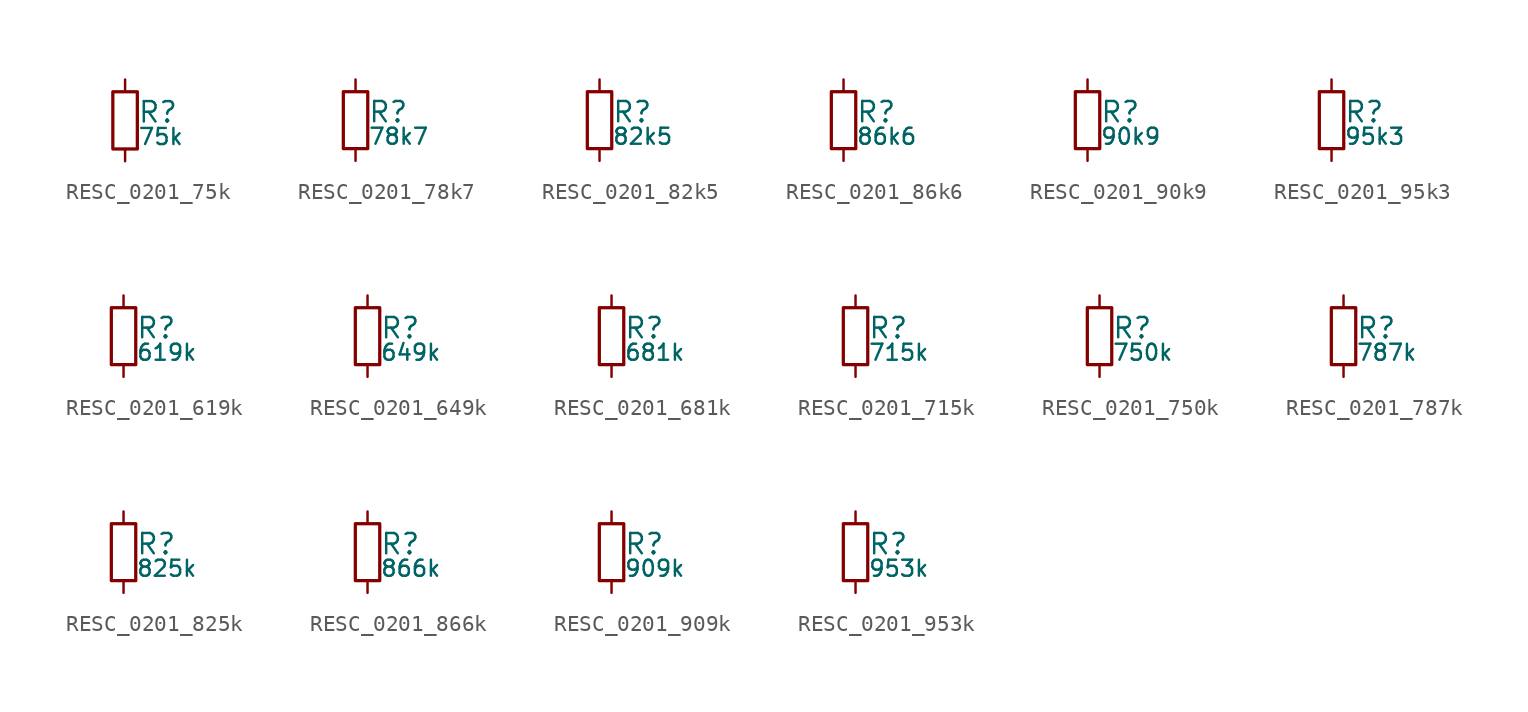
<source format=kicad_sym>
(kicad_symbol_lib
  (version 20211014)
  (generator kicad_LibGenerator)
  (symbol "RESC_0201_75k"
    (pin_numbers hide)
    (pin_names
      (offset 0.254) hide)
    (property "Reference" "R"
      (at 0.762 0.508 0)
      (effects (font (size 1.27 1.27)) (justify left)))
    (property "Value" "75k"
      (at 0.762 -1.016 0)
      (effects (font (size 1.00 1.00)) (justify left)))
    (symbol "RESC_0201_75k_0_1"
      (rectangle (start -0.762 1.778) (end 0.762 -1.778) (stroke (width 0.203) (type default) (color 0 0 0 0)) (fill (type none))))
    (symbol "RESC_0201_75k_1_1"
      (pin passive line (at 0 2.54 270) (length 0.762) (name "~" (effects (font (size 1.27 1.27)))) (number "1" (effects (font (size 1.27 1.27)))))
      (pin passive line (at 0 -2.54 90) (length 0.762) (name "~" (effects (font (size 1.27 1.27)))) (number "2" (effects (font (size 1.27 1.27)))))))
  (symbol "RESC_0201_78k7"
    (pin_numbers hide)
    (pin_names
      (offset 0.254) hide)
    (property "Reference" "R"
      (at 0.762 0.508 0)
      (effects (font (size 1.27 1.27)) (justify left)))
    (property "Value" "78k7"
      (at 0.762 -1.016 0)
      (effects (font (size 1.00 1.00)) (justify left)))
    (symbol "RESC_0201_78k7_0_1"
      (rectangle (start -0.762 1.778) (end 0.762 -1.778) (stroke (width 0.203) (type default) (color 0 0 0 0)) (fill (type none))))
    (symbol "RESC_0201_78k7_1_1"
      (pin passive line (at 0 2.54 270) (length 0.762) (name "~" (effects (font (size 1.27 1.27)))) (number "1" (effects (font (size 1.27 1.27)))))
      (pin passive line (at 0 -2.54 90) (length 0.762) (name "~" (effects (font (size 1.27 1.27)))) (number "2" (effects (font (size 1.27 1.27)))))))
  (symbol "RESC_0201_82k5"
    (pin_numbers hide)
    (pin_names
      (offset 0.254) hide)
    (property "Reference" "R"
      (at 0.762 0.508 0)
      (effects (font (size 1.27 1.27)) (justify left)))
    (property "Value" "82k5"
      (at 0.762 -1.016 0)
      (effects (font (size 1.00 1.00)) (justify left)))
    (symbol "RESC_0201_82k5_0_1"
      (rectangle (start -0.762 1.778) (end 0.762 -1.778) (stroke (width 0.203) (type default) (color 0 0 0 0)) (fill (type none))))
    (symbol "RESC_0201_82k5_1_1"
      (pin passive line (at 0 2.54 270) (length 0.762) (name "~" (effects (font (size 1.27 1.27)))) (number "1" (effects (font (size 1.27 1.27)))))
      (pin passive line (at 0 -2.54 90) (length 0.762) (name "~" (effects (font (size 1.27 1.27)))) (number "2" (effects (font (size 1.27 1.27)))))))
  (symbol "RESC_0201_86k6"
    (pin_numbers hide)
    (pin_names
      (offset 0.254) hide)
    (property "Reference" "R"
      (at 0.762 0.508 0)
      (effects (font (size 1.27 1.27)) (justify left)))
    (property "Value" "86k6"
      (at 0.762 -1.016 0)
      (effects (font (size 1.00 1.00)) (justify left)))
    (symbol "RESC_0201_86k6_0_1"
      (rectangle (start -0.762 1.778) (end 0.762 -1.778) (stroke (width 0.203) (type default) (color 0 0 0 0)) (fill (type none))))
    (symbol "RESC_0201_86k6_1_1"
      (pin passive line (at 0 2.54 270) (length 0.762) (name "~" (effects (font (size 1.27 1.27)))) (number "1" (effects (font (size 1.27 1.27)))))
      (pin passive line (at 0 -2.54 90) (length 0.762) (name "~" (effects (font (size 1.27 1.27)))) (number "2" (effects (font (size 1.27 1.27)))))))
  (symbol "RESC_0201_90k9"
    (pin_numbers hide)
    (pin_names
      (offset 0.254) hide)
    (property "Reference" "R"
      (at 0.762 0.508 0)
      (effects (font (size 1.27 1.27)) (justify left)))
    (property "Value" "90k9"
      (at 0.762 -1.016 0)
      (effects (font (size 1.00 1.00)) (justify left)))
    (symbol "RESC_0201_90k9_0_1"
      (rectangle (start -0.762 1.778) (end 0.762 -1.778) (stroke (width 0.203) (type default) (color 0 0 0 0)) (fill (type none))))
    (symbol "RESC_0201_90k9_1_1"
      (pin passive line (at 0 2.54 270) (length 0.762) (name "~" (effects (font (size 1.27 1.27)))) (number "1" (effects (font (size 1.27 1.27)))))
      (pin passive line (at 0 -2.54 90) (length 0.762) (name "~" (effects (font (size 1.27 1.27)))) (number "2" (effects (font (size 1.27 1.27)))))))
  (symbol "RESC_0201_95k3"
    (pin_numbers hide)
    (pin_names
      (offset 0.254) hide)
    (property "Reference" "R"
      (at 0.762 0.508 0)
      (effects (font (size 1.27 1.27)) (justify left)))
    (property "Value" "95k3"
      (at 0.762 -1.016 0)
      (effects (font (size 1.00 1.00)) (justify left)))
    (symbol "RESC_0201_95k3_0_1"
      (rectangle (start -0.762 1.778) (end 0.762 -1.778) (stroke (width 0.203) (type default) (color 0 0 0 0)) (fill (type none))))
    (symbol "RESC_0201_95k3_1_1"
      (pin passive line (at 0 2.54 270) (length 0.762) (name "~" (effects (font (size 1.27 1.27)))) (number "1" (effects (font (size 1.27 1.27)))))
      (pin passive line (at 0 -2.54 90) (length 0.762) (name "~" (effects (font (size 1.27 1.27)))) (number "2" (effects (font (size 1.27 1.27)))))))
  (symbol "RESC_0201_619k"
    (pin_numbers hide)
    (pin_names
      (offset 0.254) hide)
    (property "Reference" "R"
      (at 0.762 0.508 0)
      (effects (font (size 1.27 1.27)) (justify left)))
    (property "Value" "619k"
      (at 0.762 -1.016 0)
      (effects (font (size 1.00 1.00)) (justify left)))
    (symbol "RESC_0201_619k_0_1"
      (rectangle (start -0.762 1.778) (end 0.762 -1.778) (stroke (width 0.203) (type default) (color 0 0 0 0)) (fill (type none))))
    (symbol "RESC_0201_619k_1_1"
      (pin passive line (at 0 2.54 270) (length 0.762) (name "~" (effects (font (size 1.27 1.27)))) (number "1" (effects (font (size 1.27 1.27)))))
      (pin passive line (at 0 -2.54 90) (length 0.762) (name "~" (effects (font (size 1.27 1.27)))) (number "2" (effects (font (size 1.27 1.27)))))))
  (symbol "RESC_0201_649k"
    (pin_numbers hide)
    (pin_names
      (offset 0.254) hide)
    (property "Reference" "R"
      (at 0.762 0.508 0)
      (effects (font (size 1.27 1.27)) (justify left)))
    (property "Value" "649k"
      (at 0.762 -1.016 0)
      (effects (font (size 1.00 1.00)) (justify left)))
    (symbol "RESC_0201_649k_0_1"
      (rectangle (start -0.762 1.778) (end 0.762 -1.778) (stroke (width 0.203) (type default) (color 0 0 0 0)) (fill (type none))))
    (symbol "RESC_0201_649k_1_1"
      (pin passive line (at 0 2.54 270) (length 0.762) (name "~" (effects (font (size 1.27 1.27)))) (number "1" (effects (font (size 1.27 1.27)))))
      (pin passive line (at 0 -2.54 90) (length 0.762) (name "~" (effects (font (size 1.27 1.27)))) (number "2" (effects (font (size 1.27 1.27)))))))
  (symbol "RESC_0201_681k"
    (pin_numbers hide)
    (pin_names
      (offset 0.254) hide)
    (property "Reference" "R"
      (at 0.762 0.508 0)
      (effects (font (size 1.27 1.27)) (justify left)))
    (property "Value" "681k"
      (at 0.762 -1.016 0)
      (effects (font (size 1.00 1.00)) (justify left)))
    (symbol "RESC_0201_681k_0_1"
      (rectangle (start -0.762 1.778) (end 0.762 -1.778) (stroke (width 0.203) (type default) (color 0 0 0 0)) (fill (type none))))
    (symbol "RESC_0201_681k_1_1"
      (pin passive line (at 0 2.54 270) (length 0.762) (name "~" (effects (font (size 1.27 1.27)))) (number "1" (effects (font (size 1.27 1.27)))))
      (pin passive line (at 0 -2.54 90) (length 0.762) (name "~" (effects (font (size 1.27 1.27)))) (number "2" (effects (font (size 1.27 1.27)))))))
  (symbol "RESC_0201_715k"
    (pin_numbers hide)
    (pin_names
      (offset 0.254) hide)
    (property "Reference" "R"
      (at 0.762 0.508 0)
      (effects (font (size 1.27 1.27)) (justify left)))
    (property "Value" "715k"
      (at 0.762 -1.016 0)
      (effects (font (size 1.00 1.00)) (justify left)))
    (symbol "RESC_0201_715k_0_1"
      (rectangle (start -0.762 1.778) (end 0.762 -1.778) (stroke (width 0.203) (type default) (color 0 0 0 0)) (fill (type none))))
    (symbol "RESC_0201_715k_1_1"
      (pin passive line (at 0 2.54 270) (length 0.762) (name "~" (effects (font (size 1.27 1.27)))) (number "1" (effects (font (size 1.27 1.27)))))
      (pin passive line (at 0 -2.54 90) (length 0.762) (name "~" (effects (font (size 1.27 1.27)))) (number "2" (effects (font (size 1.27 1.27)))))))
  (symbol "RESC_0201_750k"
    (pin_numbers hide)
    (pin_names
      (offset 0.254) hide)
    (property "Reference" "R"
      (at 0.762 0.508 0)
      (effects (font (size 1.27 1.27)) (justify left)))
    (property "Value" "750k"
      (at 0.762 -1.016 0)
      (effects (font (size 1.00 1.00)) (justify left)))
    (symbol "RESC_0201_750k_0_1"
      (rectangle (start -0.762 1.778) (end 0.762 -1.778) (stroke (width 0.203) (type default) (color 0 0 0 0)) (fill (type none))))
    (symbol "RESC_0201_750k_1_1"
      (pin passive line (at 0 2.54 270) (length 0.762) (name "~" (effects (font (size 1.27 1.27)))) (number "1" (effects (font (size 1.27 1.27)))))
      (pin passive line (at 0 -2.54 90) (length 0.762) (name "~" (effects (font (size 1.27 1.27)))) (number "2" (effects (font (size 1.27 1.27)))))))
  (symbol "RESC_0201_787k"
    (pin_numbers hide)
    (pin_names
      (offset 0.254) hide)
    (property "Reference" "R"
      (at 0.762 0.508 0)
      (effects (font (size 1.27 1.27)) (justify left)))
    (property "Value" "787k"
      (at 0.762 -1.016 0)
      (effects (font (size 1.00 1.00)) (justify left)))
    (symbol "RESC_0201_787k_0_1"
      (rectangle (start -0.762 1.778) (end 0.762 -1.778) (stroke (width 0.203) (type default) (color 0 0 0 0)) (fill (type none))))
    (symbol "RESC_0201_787k_1_1"
      (pin passive line (at 0 2.54 270) (length 0.762) (name "~" (effects (font (size 1.27 1.27)))) (number "1" (effects (font (size 1.27 1.27)))))
      (pin passive line (at 0 -2.54 90) (length 0.762) (name "~" (effects (font (size 1.27 1.27)))) (number "2" (effects (font (size 1.27 1.27)))))))
  (symbol "RESC_0201_825k"
    (pin_numbers hide)
    (pin_names
      (offset 0.254) hide)
    (property "Reference" "R"
      (at 0.762 0.508 0)
      (effects (font (size 1.27 1.27)) (justify left)))
    (property "Value" "825k"
      (at 0.762 -1.016 0)
      (effects (font (size 1.00 1.00)) (justify left)))
    (symbol "RESC_0201_825k_0_1"
      (rectangle (start -0.762 1.778) (end 0.762 -1.778) (stroke (width 0.203) (type default) (color 0 0 0 0)) (fill (type none))))
    (symbol "RESC_0201_825k_1_1"
      (pin passive line (at 0 2.54 270) (length 0.762) (name "~" (effects (font (size 1.27 1.27)))) (number "1" (effects (font (size 1.27 1.27)))))
      (pin passive line (at 0 -2.54 90) (length 0.762) (name "~" (effects (font (size 1.27 1.27)))) (number "2" (effects (font (size 1.27 1.27)))))))
  (symbol "RESC_0201_866k"
    (pin_numbers hide)
    (pin_names
      (offset 0.254) hide)
    (property "Reference" "R"
      (at 0.762 0.508 0)
      (effects (font (size 1.27 1.27)) (justify left)))
    (property "Value" "866k"
      (at 0.762 -1.016 0)
      (effects (font (size 1.00 1.00)) (justify left)))
    (symbol "RESC_0201_866k_0_1"
      (rectangle (start -0.762 1.778) (end 0.762 -1.778) (stroke (width 0.203) (type default) (color 0 0 0 0)) (fill (type none))))
    (symbol "RESC_0201_866k_1_1"
      (pin passive line (at 0 2.54 270) (length 0.762) (name "~" (effects (font (size 1.27 1.27)))) (number "1" (effects (font (size 1.27 1.27)))))
      (pin passive line (at 0 -2.54 90) (length 0.762) (name "~" (effects (font (size 1.27 1.27)))) (number "2" (effects (font (size 1.27 1.27)))))))
  (symbol "RESC_0201_909k"
    (pin_numbers hide)
    (pin_names
      (offset 0.254) hide)
    (property "Reference" "R"
      (at 0.762 0.508 0)
      (effects (font (size 1.27 1.27)) (justify left)))
    (property "Value" "909k"
      (at 0.762 -1.016 0)
      (effects (font (size 1.00 1.00)) (justify left)))
    (symbol "RESC_0201_909k_0_1"
      (rectangle (start -0.762 1.778) (end 0.762 -1.778) (stroke (width 0.203) (type default) (color 0 0 0 0)) (fill (type none))))
    (symbol "RESC_0201_909k_1_1"
      (pin passive line (at 0 2.54 270) (length 0.762) (name "~" (effects (font (size 1.27 1.27)))) (number "1" (effects (font (size 1.27 1.27)))))
      (pin passive line (at 0 -2.54 90) (length 0.762) (name "~" (effects (font (size 1.27 1.27)))) (number "2" (effects (font (size 1.27 1.27)))))))
  (symbol "RESC_0201_953k"
    (pin_numbers hide)
    (pin_names
      (offset 0.254) hide)
    (property "Reference" "R"
      (at 0.762 0.508 0)
      (effects (font (size 1.27 1.27)) (justify left)))
    (property "Value" "953k"
      (at 0.762 -1.016 0)
      (effects (font (size 1.00 1.00)) (justify left)))
    (symbol "RESC_0201_953k_0_1"
      (rectangle (start -0.762 1.778) (end 0.762 -1.778) (stroke (width 0.203) (type default) (color 0 0 0 0)) (fill (type none))))
    (symbol "RESC_0201_953k_1_1"
      (pin passive line (at 0 2.54 270) (length 0.762) (name "~" (effects (font (size 1.27 1.27)))) (number "1" (effects (font (size 1.27 1.27)))))
      (pin passive line (at 0 -2.54 90) (length 0.762) (name "~" (effects (font (size 1.27 1.27)))) (number "2" (effects (font (size 1.27 1.27))))))))
</source>
